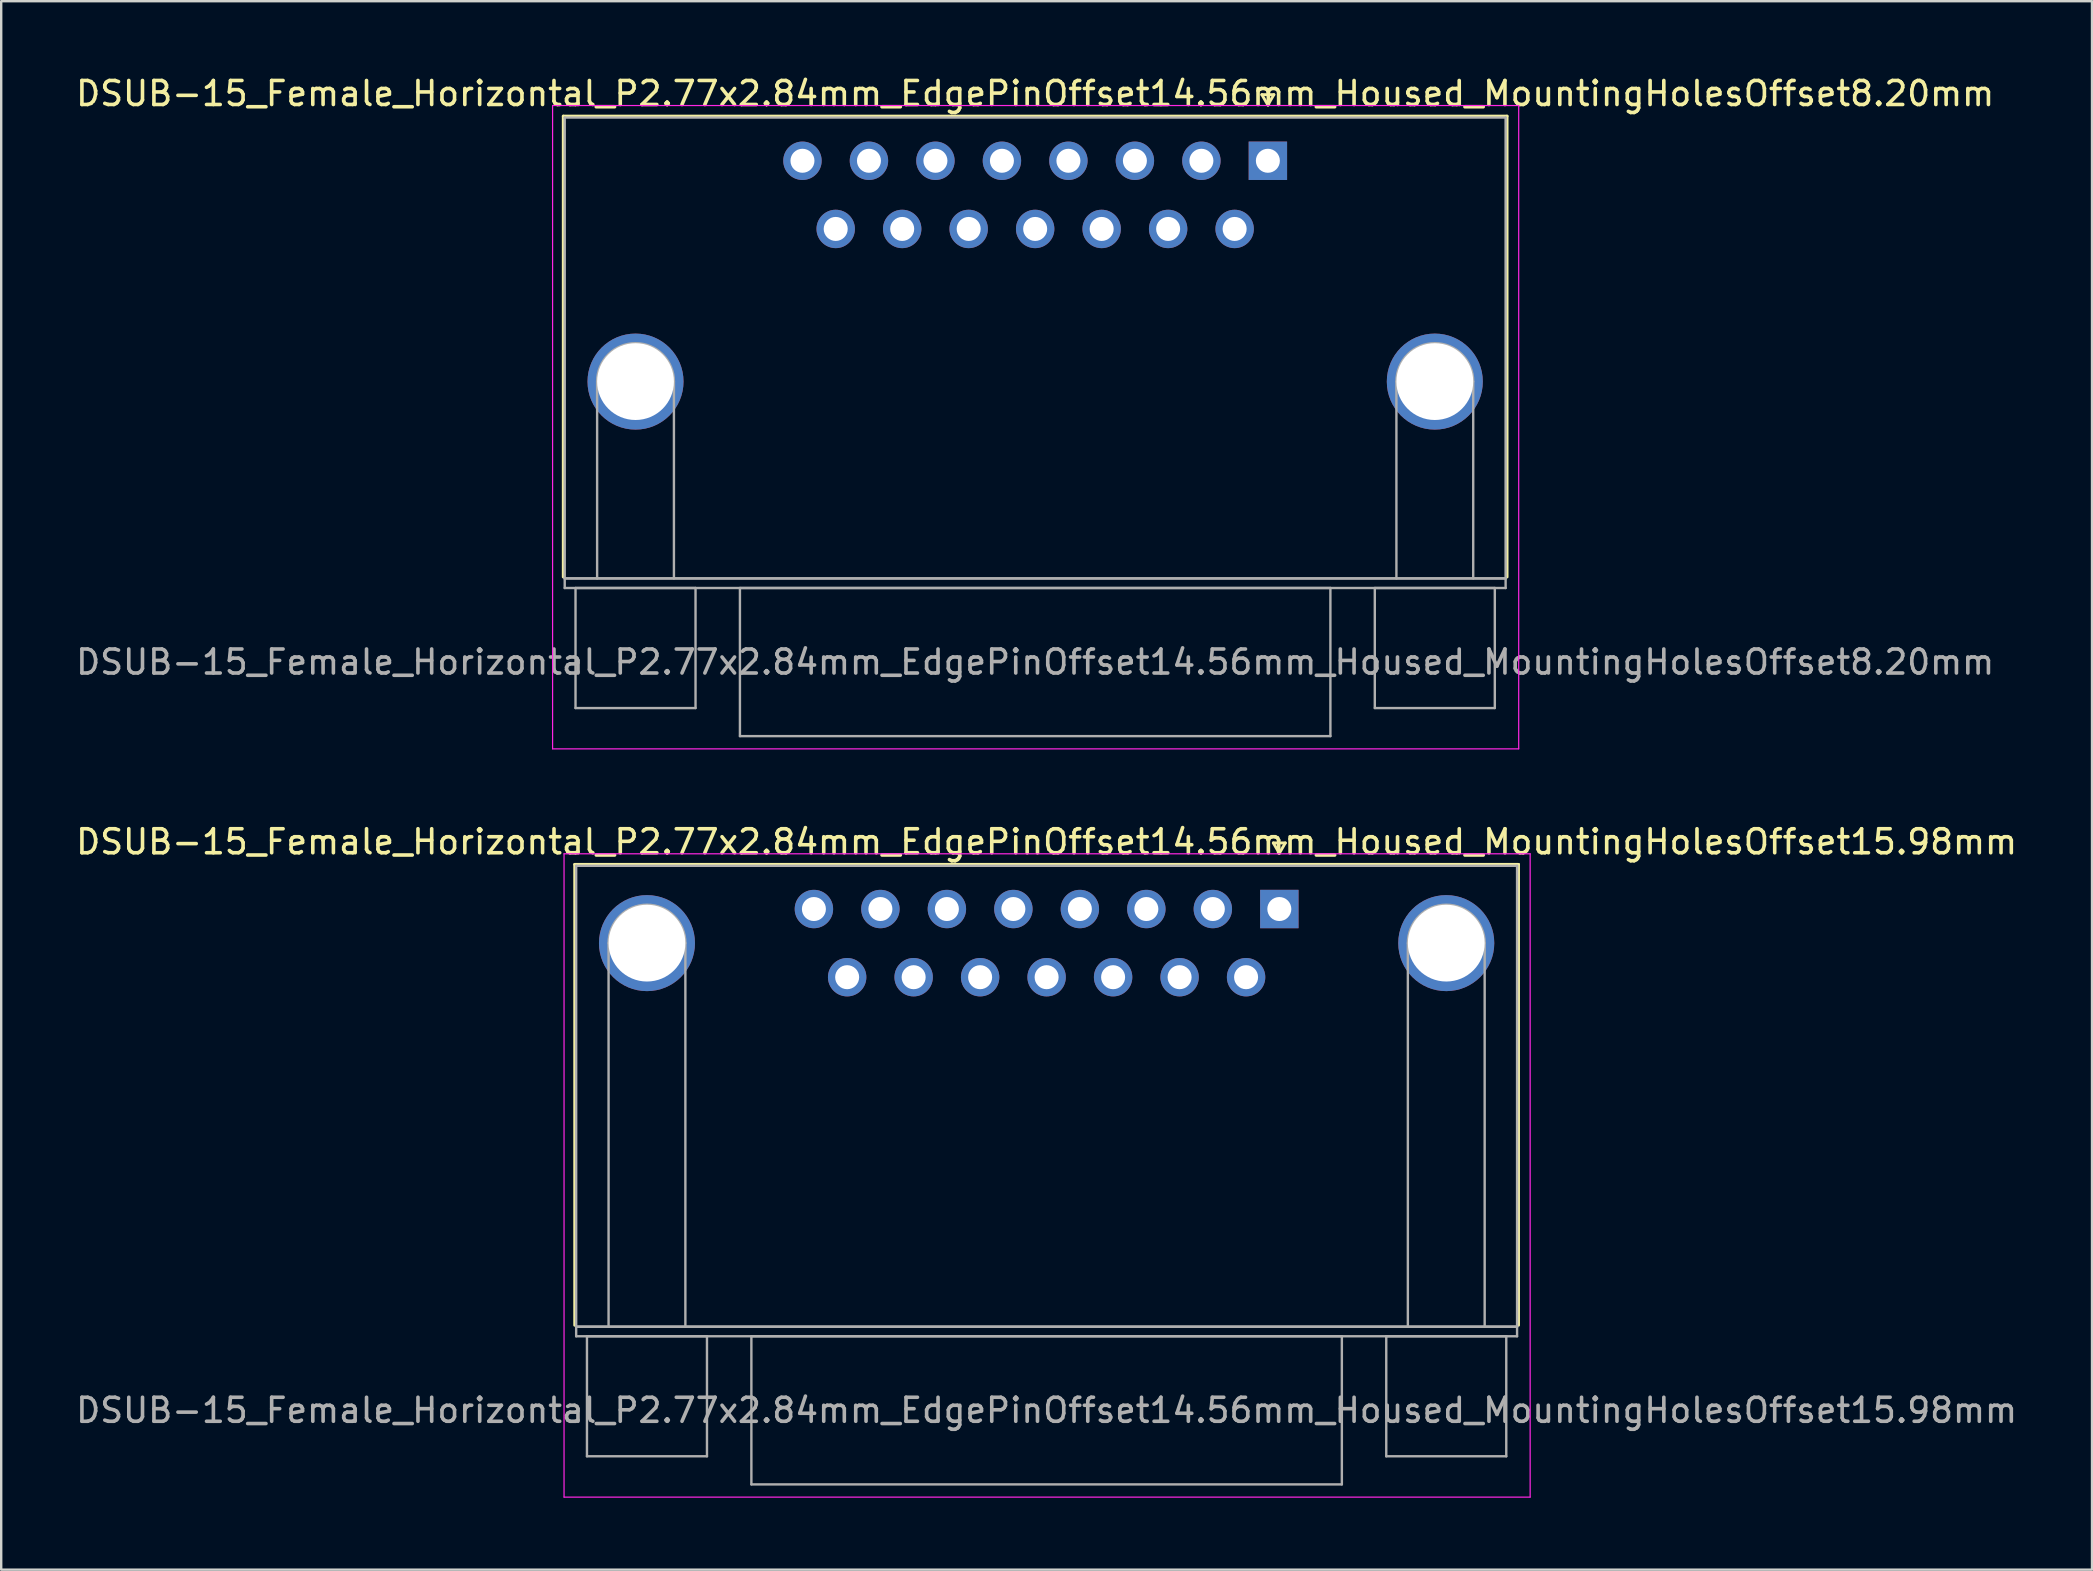
<source format=kicad_pcb>
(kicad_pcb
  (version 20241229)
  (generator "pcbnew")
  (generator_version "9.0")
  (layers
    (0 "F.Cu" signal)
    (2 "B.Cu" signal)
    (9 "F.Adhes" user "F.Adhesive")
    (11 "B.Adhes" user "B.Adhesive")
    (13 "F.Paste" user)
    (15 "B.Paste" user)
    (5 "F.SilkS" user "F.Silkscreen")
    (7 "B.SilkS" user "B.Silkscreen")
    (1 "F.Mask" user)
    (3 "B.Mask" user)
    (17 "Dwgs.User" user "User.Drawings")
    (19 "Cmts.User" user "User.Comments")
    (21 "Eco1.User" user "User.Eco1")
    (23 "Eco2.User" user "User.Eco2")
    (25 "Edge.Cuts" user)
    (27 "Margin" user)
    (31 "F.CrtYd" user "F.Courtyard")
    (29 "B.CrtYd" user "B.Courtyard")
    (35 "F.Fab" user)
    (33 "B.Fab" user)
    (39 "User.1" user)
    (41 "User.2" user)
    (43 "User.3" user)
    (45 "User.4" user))
  (footprint "DSUB-15_Female_Horizontal_P2.77x2.84mm_EdgePinOffset14.56mm_Housed_MountingHolesOffset15.98mm"
    (layer "F.Cu")
    (at 50.249 34.822)
    (property "Reference" "DSUB-15_Female_Horizontal_P2.77x2.84mm_EdgePinOffset14.56mm_Housed_MountingHolesOffset15.98mm" (at -9.695 -2.8 0) (layer "F.SilkS") (effects (font (size 1 1) (thickness 0.15))))
    (attr through_hole)
    (fp_line (start -29.355 -1.86) (end 9.965 -1.86) (stroke (width 0.12) (type solid)) (layer "F.SilkS"))
    (fp_line (start -29.355 17.34) (end -29.355 -1.86) (stroke (width 0.12) (type solid)) (layer "F.SilkS"))
    (fp_line (start -0.25 -2.754) (end 0.25 -2.754) (stroke (width 0.12) (type solid)) (layer "F.SilkS"))
    (fp_line (start 0 -2.321) (end -0.25 -2.754) (stroke (width 0.12) (type solid)) (layer "F.SilkS"))
    (fp_line (start 0.25 -2.754) (end 0 -2.321) (stroke (width 0.12) (type solid)) (layer "F.SilkS"))
    (fp_line (start 9.965 -1.86) (end 9.965 17.34) (stroke (width 0.12) (type solid)) (layer "F.SilkS"))
    (fp_line (start -29.8 -2.3) (end -29.8 24.5) (stroke (width 0.05) (type solid)) (layer "F.CrtYd"))
    (fp_line (start -29.8 24.5) (end 10.45 24.5) (stroke (width 0.05) (type solid)) (layer "F.CrtYd"))
    (fp_line (start 10.45 -2.3) (end -29.8 -2.3) (stroke (width 0.05) (type solid)) (layer "F.CrtYd"))
    (fp_line (start 10.45 24.5) (end 10.45 -2.3) (stroke (width 0.05) (type solid)) (layer "F.CrtYd"))
    (fp_line (start -29.295 -1.8) (end -29.295 17.4) (stroke (width 0.1) (type solid)) (layer "F.Fab"))
    (fp_line (start -29.295 17.4) (end -29.295 17.8) (stroke (width 0.1) (type solid)) (layer "F.Fab"))
    (fp_line (start -29.295 17.4) (end 9.905 17.4) (stroke (width 0.1) (type solid)) (layer "F.Fab"))
    (fp_line (start -29.295 17.8) (end 9.905 17.8) (stroke (width 0.1) (type solid)) (layer "F.Fab"))
    (fp_line (start -28.845 17.8) (end -28.845 22.8) (stroke (width 0.1) (type solid)) (layer "F.Fab"))
    (fp_line (start -28.845 22.8) (end -23.845 22.8) (stroke (width 0.1) (type solid)) (layer "F.Fab"))
    (fp_line (start -27.945 17.4) (end -27.945 1.42) (stroke (width 0.1) (type solid)) (layer "F.Fab"))
    (fp_line (start -24.745 17.4) (end -24.745 1.42) (stroke (width 0.1) (type solid)) (layer "F.Fab"))
    (fp_line (start -23.845 17.8) (end -28.845 17.8) (stroke (width 0.1) (type solid)) (layer "F.Fab"))
    (fp_line (start -23.845 22.8) (end -23.845 17.8) (stroke (width 0.1) (type solid)) (layer "F.Fab"))
    (fp_line (start -21.995 17.8) (end -21.995 23.97) (stroke (width 0.1) (type solid)) (layer "F.Fab"))
    (fp_line (start -21.995 23.97) (end 2.605 23.97) (stroke (width 0.1) (type solid)) (layer "F.Fab"))
    (fp_line (start 2.605 17.8) (end -21.995 17.8) (stroke (width 0.1) (type solid)) (layer "F.Fab"))
    (fp_line (start 2.605 23.97) (end 2.605 17.8) (stroke (width 0.1) (type solid)) (layer "F.Fab"))
    (fp_line (start 4.455 17.8) (end 4.455 22.8) (stroke (width 0.1) (type solid)) (layer "F.Fab"))
    (fp_line (start 4.455 22.8) (end 9.455 22.8) (stroke (width 0.1) (type solid)) (layer "F.Fab"))
    (fp_line (start 5.355 17.4) (end 5.355 1.42) (stroke (width 0.1) (type solid)) (layer "F.Fab"))
    (fp_line (start 8.555 17.4) (end 8.555 1.42) (stroke (width 0.1) (type solid)) (layer "F.Fab"))
    (fp_line (start 9.455 17.8) (end 4.455 17.8) (stroke (width 0.1) (type solid)) (layer "F.Fab"))
    (fp_line (start 9.455 22.8) (end 9.455 17.8) (stroke (width 0.1) (type solid)) (layer "F.Fab"))
    (fp_line (start 9.905 -1.8) (end -29.295 -1.8) (stroke (width 0.1) (type solid)) (layer "F.Fab"))
    (fp_line (start 9.905 17.4) (end -29.295 17.4) (stroke (width 0.1) (type solid)) (layer "F.Fab"))
    (fp_line (start 9.905 17.4) (end 9.905 -1.8) (stroke (width 0.1) (type solid)) (layer "F.Fab"))
    (fp_line (start 9.905 17.8) (end 9.905 17.4) (stroke (width 0.1) (type solid)) (layer "F.Fab"))
    (fp_arc (start -27.945 1.42) (mid -26.345 -0.18) (end -24.745 1.42) (stroke (width 0.1) (type solid)) (layer "F.Fab"))
    (fp_arc (start 5.355 1.42) (mid 6.955 -0.18) (end 8.555 1.42) (stroke (width 0.1) (type solid)) (layer "F.Fab"))
    (fp_text user "${REFERENCE}" (at -9.695 20.885 0) (layer "F.Fab") (effects (font (size 1 1) (thickness 0.15))))
    (pad "0" thru_hole circle (at -26.345 1.42) (size 4 4) (drill 3.2) (layers "*.Cu" "*.Mask"))
    (pad "0" thru_hole circle (at 6.955 1.42) (size 4 4) (drill 3.2) (layers "*.Cu" "*.Mask"))
    (pad "1" thru_hole rect (at 0 0) (size 1.6 1.6) (drill 1) (layers "*.Cu" "*.Mask"))
    (pad "2" thru_hole circle (at -2.77 0) (size 1.6 1.6) (drill 1) (layers "*.Cu" "*.Mask"))
    (pad "3" thru_hole circle (at -5.54 0) (size 1.6 1.6) (drill 1) (layers "*.Cu" "*.Mask"))
    (pad "4" thru_hole circle (at -8.31 0) (size 1.6 1.6) (drill 1) (layers "*.Cu" "*.Mask"))
    (pad "5" thru_hole circle (at -11.08 0) (size 1.6 1.6) (drill 1) (layers "*.Cu" "*.Mask"))
    (pad "6" thru_hole circle (at -13.85 0) (size 1.6 1.6) (drill 1) (layers "*.Cu" "*.Mask"))
    (pad "7" thru_hole circle (at -16.62 0) (size 1.6 1.6) (drill 1) (layers "*.Cu" "*.Mask"))
    (pad "8" thru_hole circle (at -19.39 0) (size 1.6 1.6) (drill 1) (layers "*.Cu" "*.Mask"))
    (pad "9" thru_hole circle (at -1.385 2.84) (size 1.6 1.6) (drill 1) (layers "*.Cu" "*.Mask"))
    (pad "10" thru_hole circle (at -4.155 2.84) (size 1.6 1.6) (drill 1) (layers "*.Cu" "*.Mask"))
    (pad "11" thru_hole circle (at -6.925 2.84) (size 1.6 1.6) (drill 1) (layers "*.Cu" "*.Mask"))
    (pad "12" thru_hole circle (at -9.695 2.84) (size 1.6 1.6) (drill 1) (layers "*.Cu" "*.Mask"))
    (pad "13" thru_hole circle (at -12.465 2.84) (size 1.6 1.6) (drill 1) (layers "*.Cu" "*.Mask"))
    (pad "14" thru_hole circle (at -15.235 2.84) (size 1.6 1.6) (drill 1) (layers "*.Cu" "*.Mask"))
    (pad "15" thru_hole circle (at -18.005 2.84) (size 1.6 1.6) (drill 1) (layers "*.Cu" "*.Mask")))
  (footprint "DSUB-15_Female_Horizontal_P2.77x2.84mm_EdgePinOffset14.56mm_Housed_MountingHolesOffset8.20mm"
    (layer "F.Cu")
    (at 49.772 3.648)
    (property "Reference" "DSUB-15_Female_Horizontal_P2.77x2.84mm_EdgePinOffset14.56mm_Housed_MountingHolesOffset8.20mm" (at -9.695 -2.8 0) (layer "F.SilkS") (effects (font (size 1 1) (thickness 0.15))))
    (attr through_hole)
    (fp_line (start -29.355 -1.86) (end 9.965 -1.86) (stroke (width 0.12) (type solid)) (layer "F.SilkS"))
    (fp_line (start -29.355 17.34) (end -29.355 -1.86) (stroke (width 0.12) (type solid)) (layer "F.SilkS"))
    (fp_line (start -0.25 -2.754) (end 0.25 -2.754) (stroke (width 0.12) (type solid)) (layer "F.SilkS"))
    (fp_line (start 0 -2.321) (end -0.25 -2.754) (stroke (width 0.12) (type solid)) (layer "F.SilkS"))
    (fp_line (start 0.25 -2.754) (end 0 -2.321) (stroke (width 0.12) (type solid)) (layer "F.SilkS"))
    (fp_line (start 9.965 -1.86) (end 9.965 17.34) (stroke (width 0.12) (type solid)) (layer "F.SilkS"))
    (fp_line (start -29.8 -2.3) (end -29.8 24.5) (stroke (width 0.05) (type solid)) (layer "F.CrtYd"))
    (fp_line (start -29.8 24.5) (end 10.45 24.5) (stroke (width 0.05) (type solid)) (layer "F.CrtYd"))
    (fp_line (start 10.45 -2.3) (end -29.8 -2.3) (stroke (width 0.05) (type solid)) (layer "F.CrtYd"))
    (fp_line (start 10.45 24.5) (end 10.45 -2.3) (stroke (width 0.05) (type solid)) (layer "F.CrtYd"))
    (fp_line (start -29.295 -1.8) (end -29.295 17.4) (stroke (width 0.1) (type solid)) (layer "F.Fab"))
    (fp_line (start -29.295 17.4) (end -29.295 17.8) (stroke (width 0.1) (type solid)) (layer "F.Fab"))
    (fp_line (start -29.295 17.4) (end 9.905 17.4) (stroke (width 0.1) (type solid)) (layer "F.Fab"))
    (fp_line (start -29.295 17.8) (end 9.905 17.8) (stroke (width 0.1) (type solid)) (layer "F.Fab"))
    (fp_line (start -28.845 17.8) (end -28.845 22.8) (stroke (width 0.1) (type solid)) (layer "F.Fab"))
    (fp_line (start -28.845 22.8) (end -23.845 22.8) (stroke (width 0.1) (type solid)) (layer "F.Fab"))
    (fp_line (start -27.945 17.4) (end -27.945 9.2) (stroke (width 0.1) (type solid)) (layer "F.Fab"))
    (fp_line (start -24.745 17.4) (end -24.745 9.2) (stroke (width 0.1) (type solid)) (layer "F.Fab"))
    (fp_line (start -23.845 17.8) (end -28.845 17.8) (stroke (width 0.1) (type solid)) (layer "F.Fab"))
    (fp_line (start -23.845 22.8) (end -23.845 17.8) (stroke (width 0.1) (type solid)) (layer "F.Fab"))
    (fp_line (start -21.995 17.8) (end -21.995 23.97) (stroke (width 0.1) (type solid)) (layer "F.Fab"))
    (fp_line (start -21.995 23.97) (end 2.605 23.97) (stroke (width 0.1) (type solid)) (layer "F.Fab"))
    (fp_line (start 2.605 17.8) (end -21.995 17.8) (stroke (width 0.1) (type solid)) (layer "F.Fab"))
    (fp_line (start 2.605 23.97) (end 2.605 17.8) (stroke (width 0.1) (type solid)) (layer "F.Fab"))
    (fp_line (start 4.455 17.8) (end 4.455 22.8) (stroke (width 0.1) (type solid)) (layer "F.Fab"))
    (fp_line (start 4.455 22.8) (end 9.455 22.8) (stroke (width 0.1) (type solid)) (layer "F.Fab"))
    (fp_line (start 5.355 17.4) (end 5.355 9.2) (stroke (width 0.1) (type solid)) (layer "F.Fab"))
    (fp_line (start 8.555 17.4) (end 8.555 9.2) (stroke (width 0.1) (type solid)) (layer "F.Fab"))
    (fp_line (start 9.455 17.8) (end 4.455 17.8) (stroke (width 0.1) (type solid)) (layer "F.Fab"))
    (fp_line (start 9.455 22.8) (end 9.455 17.8) (stroke (width 0.1) (type solid)) (layer "F.Fab"))
    (fp_line (start 9.905 -1.8) (end -29.295 -1.8) (stroke (width 0.1) (type solid)) (layer "F.Fab"))
    (fp_line (start 9.905 17.4) (end -29.295 17.4) (stroke (width 0.1) (type solid)) (layer "F.Fab"))
    (fp_line (start 9.905 17.4) (end 9.905 -1.8) (stroke (width 0.1) (type solid)) (layer "F.Fab"))
    (fp_line (start 9.905 17.8) (end 9.905 17.4) (stroke (width 0.1) (type solid)) (layer "F.Fab"))
    (fp_arc (start -27.945 9.2) (mid -26.345 7.6) (end -24.745 9.2) (stroke (width 0.1) (type solid)) (layer "F.Fab"))
    (fp_arc (start 5.355 9.2) (mid 6.955 7.6) (end 8.555 9.2) (stroke (width 0.1) (type solid)) (layer "F.Fab"))
    (fp_text user "${REFERENCE}" (at -9.695 20.885 0) (layer "F.Fab") (effects (font (size 1 1) (thickness 0.15))))
    (pad "0" thru_hole circle (at -26.345 9.2) (size 4 4) (drill 3.2) (layers "*.Cu" "*.Mask"))
    (pad "0" thru_hole circle (at 6.955 9.2) (size 4 4) (drill 3.2) (layers "*.Cu" "*.Mask"))
    (pad "1" thru_hole rect (at 0 0) (size 1.6 1.6) (drill 1) (layers "*.Cu" "*.Mask"))
    (pad "2" thru_hole circle (at -2.77 0) (size 1.6 1.6) (drill 1) (layers "*.Cu" "*.Mask"))
    (pad "3" thru_hole circle (at -5.54 0) (size 1.6 1.6) (drill 1) (layers "*.Cu" "*.Mask"))
    (pad "4" thru_hole circle (at -8.31 0) (size 1.6 1.6) (drill 1) (layers "*.Cu" "*.Mask"))
    (pad "5" thru_hole circle (at -11.08 0) (size 1.6 1.6) (drill 1) (layers "*.Cu" "*.Mask"))
    (pad "6" thru_hole circle (at -13.85 0) (size 1.6 1.6) (drill 1) (layers "*.Cu" "*.Mask"))
    (pad "7" thru_hole circle (at -16.62 0) (size 1.6 1.6) (drill 1) (layers "*.Cu" "*.Mask"))
    (pad "8" thru_hole circle (at -19.39 0) (size 1.6 1.6) (drill 1) (layers "*.Cu" "*.Mask"))
    (pad "9" thru_hole circle (at -1.385 2.84) (size 1.6 1.6) (drill 1) (layers "*.Cu" "*.Mask"))
    (pad "10" thru_hole circle (at -4.155 2.84) (size 1.6 1.6) (drill 1) (layers "*.Cu" "*.Mask"))
    (pad "11" thru_hole circle (at -6.925 2.84) (size 1.6 1.6) (drill 1) (layers "*.Cu" "*.Mask"))
    (pad "12" thru_hole circle (at -9.695 2.84) (size 1.6 1.6) (drill 1) (layers "*.Cu" "*.Mask"))
    (pad "13" thru_hole circle (at -12.465 2.84) (size 1.6 1.6) (drill 1) (layers "*.Cu" "*.Mask"))
    (pad "14" thru_hole circle (at -15.235 2.84) (size 1.6 1.6) (drill 1) (layers "*.Cu" "*.Mask"))
    (pad "15" thru_hole circle (at -18.005 2.84) (size 1.6 1.6) (drill 1) (layers "*.Cu" "*.Mask")))
  (gr_rect
    (start -3 -3)
    (end 84.107 62.346)
    (stroke (width 0.1) (type default))
    (fill no)
    (layer "Edge.Cuts")))
</source>
